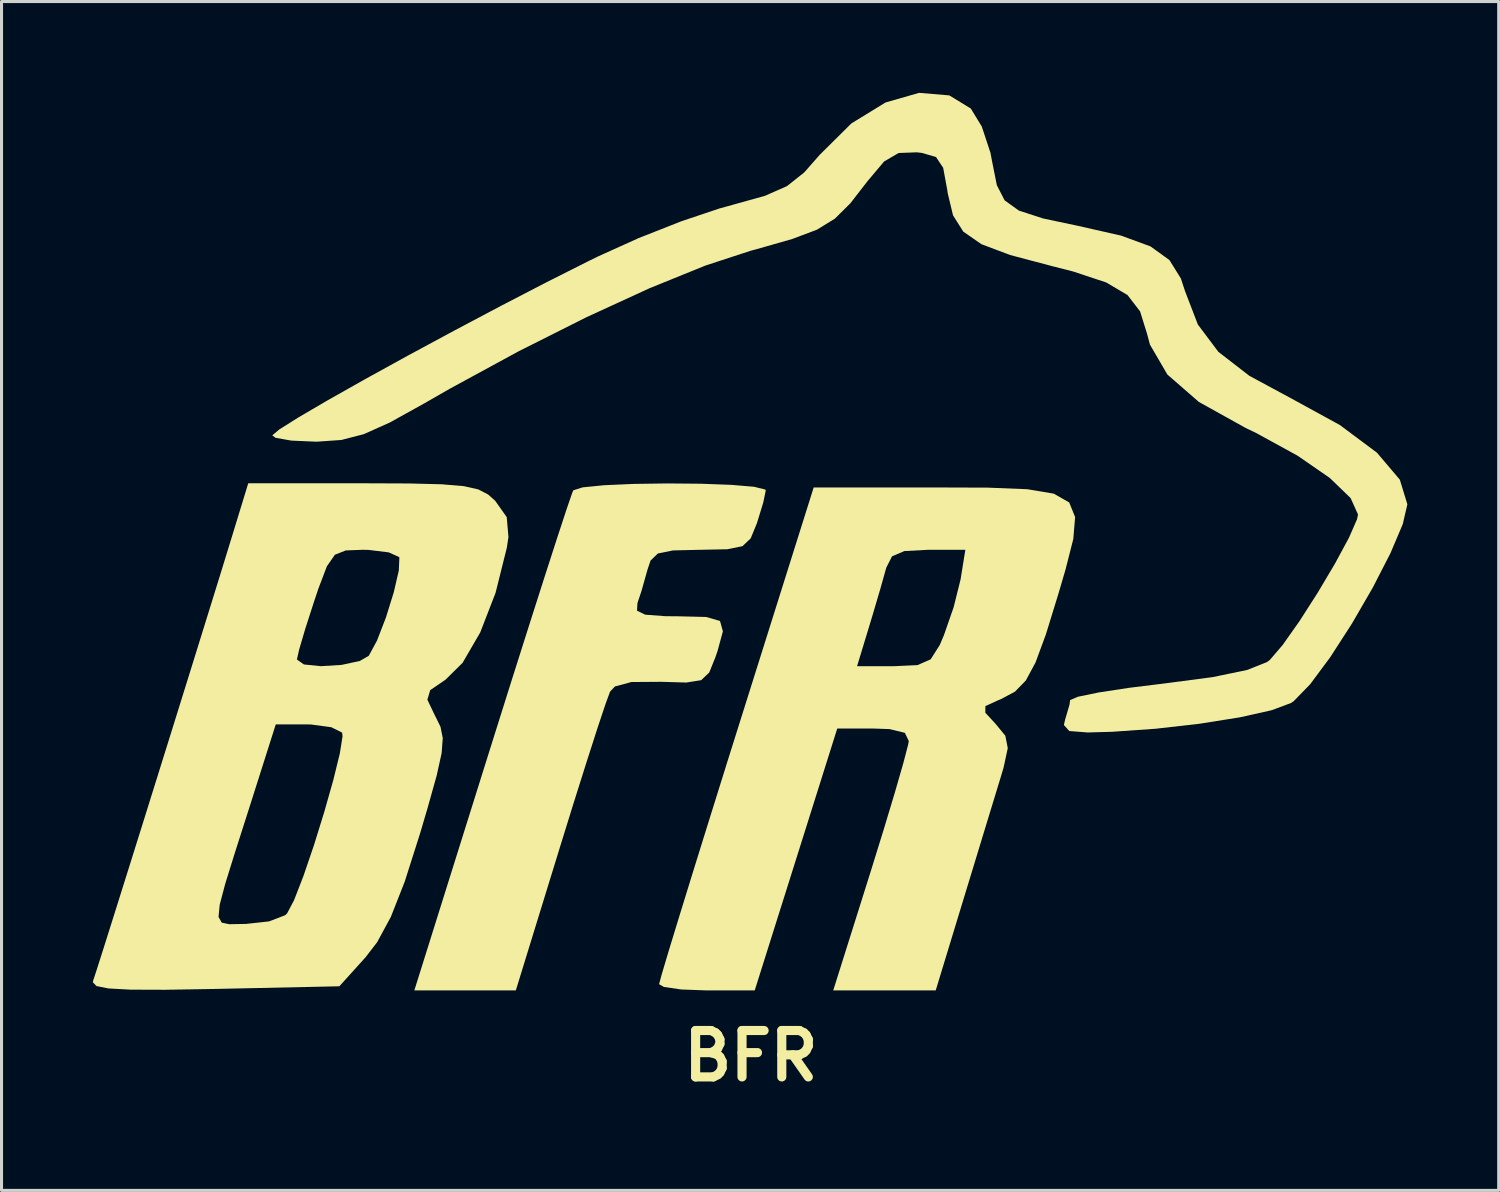
<source format=kicad_pcb>
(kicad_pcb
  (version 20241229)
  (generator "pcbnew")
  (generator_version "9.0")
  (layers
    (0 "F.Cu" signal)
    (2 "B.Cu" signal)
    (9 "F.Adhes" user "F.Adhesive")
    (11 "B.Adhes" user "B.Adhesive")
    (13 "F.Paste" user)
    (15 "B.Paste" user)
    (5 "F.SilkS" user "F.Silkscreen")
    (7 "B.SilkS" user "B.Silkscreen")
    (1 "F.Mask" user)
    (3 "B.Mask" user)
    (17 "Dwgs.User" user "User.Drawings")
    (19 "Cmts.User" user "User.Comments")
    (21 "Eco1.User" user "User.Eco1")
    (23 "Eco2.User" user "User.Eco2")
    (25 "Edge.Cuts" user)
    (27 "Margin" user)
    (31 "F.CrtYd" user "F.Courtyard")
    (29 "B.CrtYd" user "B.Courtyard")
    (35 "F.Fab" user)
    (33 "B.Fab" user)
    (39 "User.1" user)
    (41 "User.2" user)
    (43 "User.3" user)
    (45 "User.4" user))
  (footprint "BFR"
    (layer "F.Cu")
    (at 21.566 14.738)
    (property "Reference" "BFR" (at 0.05 16.9 0) (layer "F.SilkS") (effects (font (size 1.524 1.524) (thickness 0.3))))
    (attr board_only exclude_from_pos_files exclude_from_bom)
    (fp_poly (pts (xy -1.585 -1.897) (xy -0.591 -1.86) (xy 0.155 -1.797) (xy 0.522 -1.707) (xy 0.54 -1.679) (xy 0.458 -1.281) (xy 0.259 -0.631) (xy 0.244 -0.587) (xy 0.045 -0.103) (xy -0.225 0.154) (xy -0.723 0.255) (xy -1.603 0.273) (xy -1.618 0.273) (xy -2.51 0.294) (xy -3.004 0.394) (xy -3.245 0.627) (xy -3.347 0.931) (xy -3.544 1.631) (xy -3.676 2.023) (xy -3.69 2.273) (xy -3.42 2.405) (xy -2.761 2.454) (xy -2.326 2.458) (xy -1.419 2.48) (xy -0.963 2.611) (xy -0.869 2.952) (xy -1.045 3.601) (xy -1.114 3.801) (xy -1.316 4.303) (xy -1.581 4.556) (xy -2.071 4.634) (xy -2.898 4.61) (xy -3.874 4.617) (xy -4.415 4.763) (xy -4.575 4.933) (xy -4.715 5.312) (xy -4.985 6.12) (xy -5.354 7.268) (xy -5.794 8.662) (xy -6.22 10.037) (xy -7.671 14.748) (xy -11.005 14.748) (xy -8.465 6.649) (xy -7.833 4.641) (xy -7.249 2.8) (xy -6.735 1.19) (xy -6.311 -0.123) (xy -5.998 -1.075) (xy -5.817 -1.601) (xy -5.783 -1.681) (xy -5.476 -1.778) (xy -4.774 -1.848) (xy -3.805 -1.891) (xy -2.7 -1.907)) (stroke (width 0) (type solid)) (fill yes) (layer "F.SilkS"))
    (fp_poly (pts (xy 7.829 -1.769) (xy 9.129 -1.717) (xy 10.002 -1.571) (xy 10.508 -1.282) (xy 10.702 -0.803) (xy 10.643 -0.084) (xy 10.387 0.922) (xy 10.159 1.699) (xy 9.743 3.05) (xy 9.403 3.972) (xy 9.083 4.567) (xy 8.724 4.935) (xy 8.271 5.177) (xy 8.18 5.213) (xy 7.754 5.408) (xy 7.753 5.625) (xy 8.092 5.994) (xy 8.41 6.382) (xy 8.49 6.789) (xy 8.352 7.428) (xy 8.269 7.706) (xy 8.04 8.458) (xy 7.702 9.565) (xy 7.308 10.859) (xy 7.017 11.812) (xy 6.123 14.748) (xy 2.756 14.748) (xy 3.982 10.856) (xy 4.415 9.46) (xy 4.786 8.228) (xy 5.063 7.265) (xy 5.217 6.672) (xy 5.238 6.555) (xy 5.109 6.286) (xy 4.604 6.163) (xy 4.079 6.145) (xy 2.888 6.145) (xy 1.533 10.447) (xy 0.177 14.748) (xy -1.398 14.748) (xy -2.237 14.717) (xy -2.806 14.634) (xy -2.965 14.544) (xy -2.884 14.242) (xy -2.659 13.484) (xy -2.308 12.336) (xy -1.853 10.862) (xy -1.313 9.126) (xy -0.709 7.194) (xy -0.422 6.282) (xy 0.266 4.097) (xy 3.539 4.097) (xy 4.755 4.097) (xy 5.525 4.061) (xy 5.957 3.871) (xy 6.255 3.402) (xy 6.389 3.088) (xy 6.711 2.162) (xy 6.938 1.253) (xy 6.951 1.176) (xy 7.096 0.273) (xy 5.874 0.273) (xy 5.093 0.315) (xy 4.688 0.487) (xy 4.497 0.863) (xy 4.491 0.888) (xy 4.315 1.516) (xy 4.056 2.394) (xy 3.934 2.799) (xy 3.539 4.097) (xy 0.266 4.097) (xy 2.114 -1.775) (xy 6.047 -1.775)) (stroke (width 0) (type solid)) (fill yes) (layer "F.SilkS"))
    (fp_poly (pts (xy -11.175 -1.906) (xy -10.105 -1.879) (xy -9.381 -1.818) (xy -8.907 -1.712) (xy -8.585 -1.546) (xy -8.351 -1.34) (xy -7.97 -0.801) (xy -7.913 -0.147) (xy -7.967 0.208) (xy -8.336 1.686) (xy -8.84 2.988) (xy -9.421 3.988) (xy -9.981 4.54) (xy -10.483 4.883) (xy -10.576 5.198) (xy -10.327 5.721) (xy -10.316 5.739) (xy -10.145 6.089) (xy -10.071 6.457) (xy -10.108 6.952) (xy -10.27 7.685) (xy -10.572 8.764) (xy -10.817 9.593) (xy -11.322 11.179) (xy -11.777 12.334) (xy -12.227 13.165) (xy -12.605 13.656) (xy -13.468 14.612) (xy -17.579 14.7) (xy -19.188 14.727) (xy -20.325 14.723) (xy -21.055 14.683) (xy -21.447 14.604) (xy -21.566 14.48) (xy -21.556 14.427) (xy -21.443 14.082) (xy -21.193 13.297) (xy -20.89 12.335) (xy -17.437 12.335) (xy -17.331 12.522) (xy -17.085 12.573) (xy -16.701 12.566) (xy -16.534 12.563) (xy -15.779 12.481) (xy -15.25 12.278) (xy -15.184 12.217) (xy -14.955 11.781) (xy -14.648 10.99) (xy -14.303 9.978) (xy -13.962 8.879) (xy -13.664 7.827) (xy -13.451 6.955) (xy -13.363 6.397) (xy -13.378 6.278) (xy -13.732 6.102) (xy -14.397 6.012) (xy -14.55 6.009) (xy -15.557 6.009) (xy -16.403 8.672) (xy -16.885 10.179) (xy -17.216 11.241) (xy -17.399 11.933) (xy -17.437 12.335) (xy -20.89 12.335) (xy -20.833 12.154) (xy -20.387 10.734) (xy -19.881 9.119) (xy -19.341 7.39) (xy -18.792 5.63) (xy -18.259 3.918) (xy -18.246 3.877) (xy -14.862 3.877) (xy -14.632 4.04) (xy -14.076 4.096) (xy -13.398 4.055) (xy -12.798 3.926) (xy -12.501 3.755) (xy -12.231 3.255) (xy -11.938 2.497) (xy -11.68 1.667) (xy -11.514 0.949) (xy -11.496 0.53) (xy -11.505 0.512) (xy -11.845 0.358) (xy -12.506 0.277) (xy -12.691 0.273) (xy -13.256 0.294) (xy -13.614 0.435) (xy -13.877 0.814) (xy -14.156 1.547) (xy -14.296 1.965) (xy -14.587 2.866) (xy -14.791 3.559) (xy -14.862 3.877) (xy -18.246 3.877) (xy -17.768 2.337) (xy -17.344 0.969) (xy -17.014 -0.105) (xy -16.983 -0.205) (xy -16.461 -1.912) (xy -12.689 -1.912)) (stroke (width 0) (type solid)) (fill yes) (layer "F.SilkS"))
    (fp_poly (pts (xy 6.57 -14.654) (xy 7.276 -14.222) (xy 7.637 -13.63) (xy 7.92 -12.772) (xy 7.984 -12.439) (xy 8.131 -11.704) (xy 8.386 -11.207) (xy 8.855 -10.87) (xy 9.648 -10.612) (xy 10.809 -10.366) (xy 12.215 -10.047) (xy 13.18 -9.693) (xy 13.801 -9.244) (xy 14.177 -8.639) (xy 14.312 -8.227) (xy 14.735 -7.126) (xy 15.408 -6.23) (xy 16.428 -5.441) (xy 17.743 -4.732) (xy 19.399 -3.826) (xy 20.619 -2.916) (xy 21.369 -2.031) (xy 21.617 -1.221) (xy 21.466 -0.571) (xy 21.061 0.385) (xy 20.479 1.518) (xy 19.795 2.699) (xy 19.084 3.8) (xy 18.422 4.692) (xy 17.883 5.246) (xy 17.795 5.306) (xy 17.156 5.544) (xy 16.113 5.777) (xy 14.8 5.986) (xy 13.354 6.151) (xy 11.911 6.252) (xy 11.117 6.274) (xy 10.511 6.227) (xy 10.333 6.029) (xy 10.374 5.85) (xy 10.519 5.358) (xy 10.538 5.211) (xy 10.789 5.102) (xy 11.471 4.961) (xy 12.477 4.807) (xy 13.573 4.672) (xy 15.217 4.456) (xy 16.351 4.221) (xy 17.006 3.961) (xy 17.102 3.888) (xy 17.52 3.4) (xy 18.07 2.621) (xy 18.671 1.683) (xy 19.241 0.723) (xy 19.699 -0.125) (xy 19.962 -0.726) (xy 19.996 -0.886) (xy 19.752 -1.426) (xy 19.067 -2.088) (xy 18.012 -2.817) (xy 16.659 -3.559) (xy 16.301 -3.731) (xy 14.766 -4.585) (xy 13.733 -5.484) (xy 13.161 -6.466) (xy 13.066 -6.821) (xy 12.837 -7.558) (xy 12.423 -8.096) (xy 11.724 -8.509) (xy 10.638 -8.869) (xy 9.956 -9.043) (xy 8.569 -9.41) (xy 7.624 -9.766) (xy 7.029 -10.179) (xy 6.691 -10.715) (xy 6.517 -11.441) (xy 6.504 -11.537) (xy 6.368 -12.275) (xy 6.133 -12.629) (xy 5.668 -12.765) (xy 5.497 -12.784) (xy 4.903 -12.762) (xy 4.427 -12.483) (xy 3.882 -11.836) (xy 3.876 -11.828) (xy 3.315 -11.105) (xy 2.81 -10.605) (xy 2.222 -10.243) (xy 1.407 -9.936) (xy 0.226 -9.599) (xy 0.039 -9.549) (xy -1.443 -9.064) (xy -3.272 -8.322) (xy -5.349 -7.368) (xy -7.573 -6.251) (xy -9.843 -5.016) (xy -10.673 -4.54) (xy -11.811 -3.908) (xy -12.666 -3.525) (xy -13.401 -3.335) (xy -14.181 -3.28) (xy -14.254 -3.279) (xy -15.046 -3.314) (xy -15.561 -3.405) (xy -15.672 -3.486) (xy -15.444 -3.678) (xy -14.809 -4.078) (xy -13.843 -4.643) (xy -12.621 -5.333) (xy -11.217 -6.106) (xy -9.706 -6.921) (xy -8.164 -7.738) (xy -6.666 -8.514) (xy -5.286 -9.209) (xy -4.955 -9.371) (xy -3.635 -9.967) (xy -2.229 -10.521) (xy -0.971 -10.943) (xy -0.557 -11.057) (xy 0.513 -11.355) (xy 1.237 -11.674) (xy 1.802 -12.122) (xy 2.316 -12.706) (xy 3.353 -13.734) (xy 4.473 -14.421) (xy 5.578 -14.738)) (stroke (width 0) (type solid)) (fill yes) (layer "F.SilkS")))
  (gr_rect
    (start -3 -3)
    (end 46.183 36.056)
    (stroke (width 0.1) (type default))
    (fill no)
    (layer "Edge.Cuts")))
</source>
